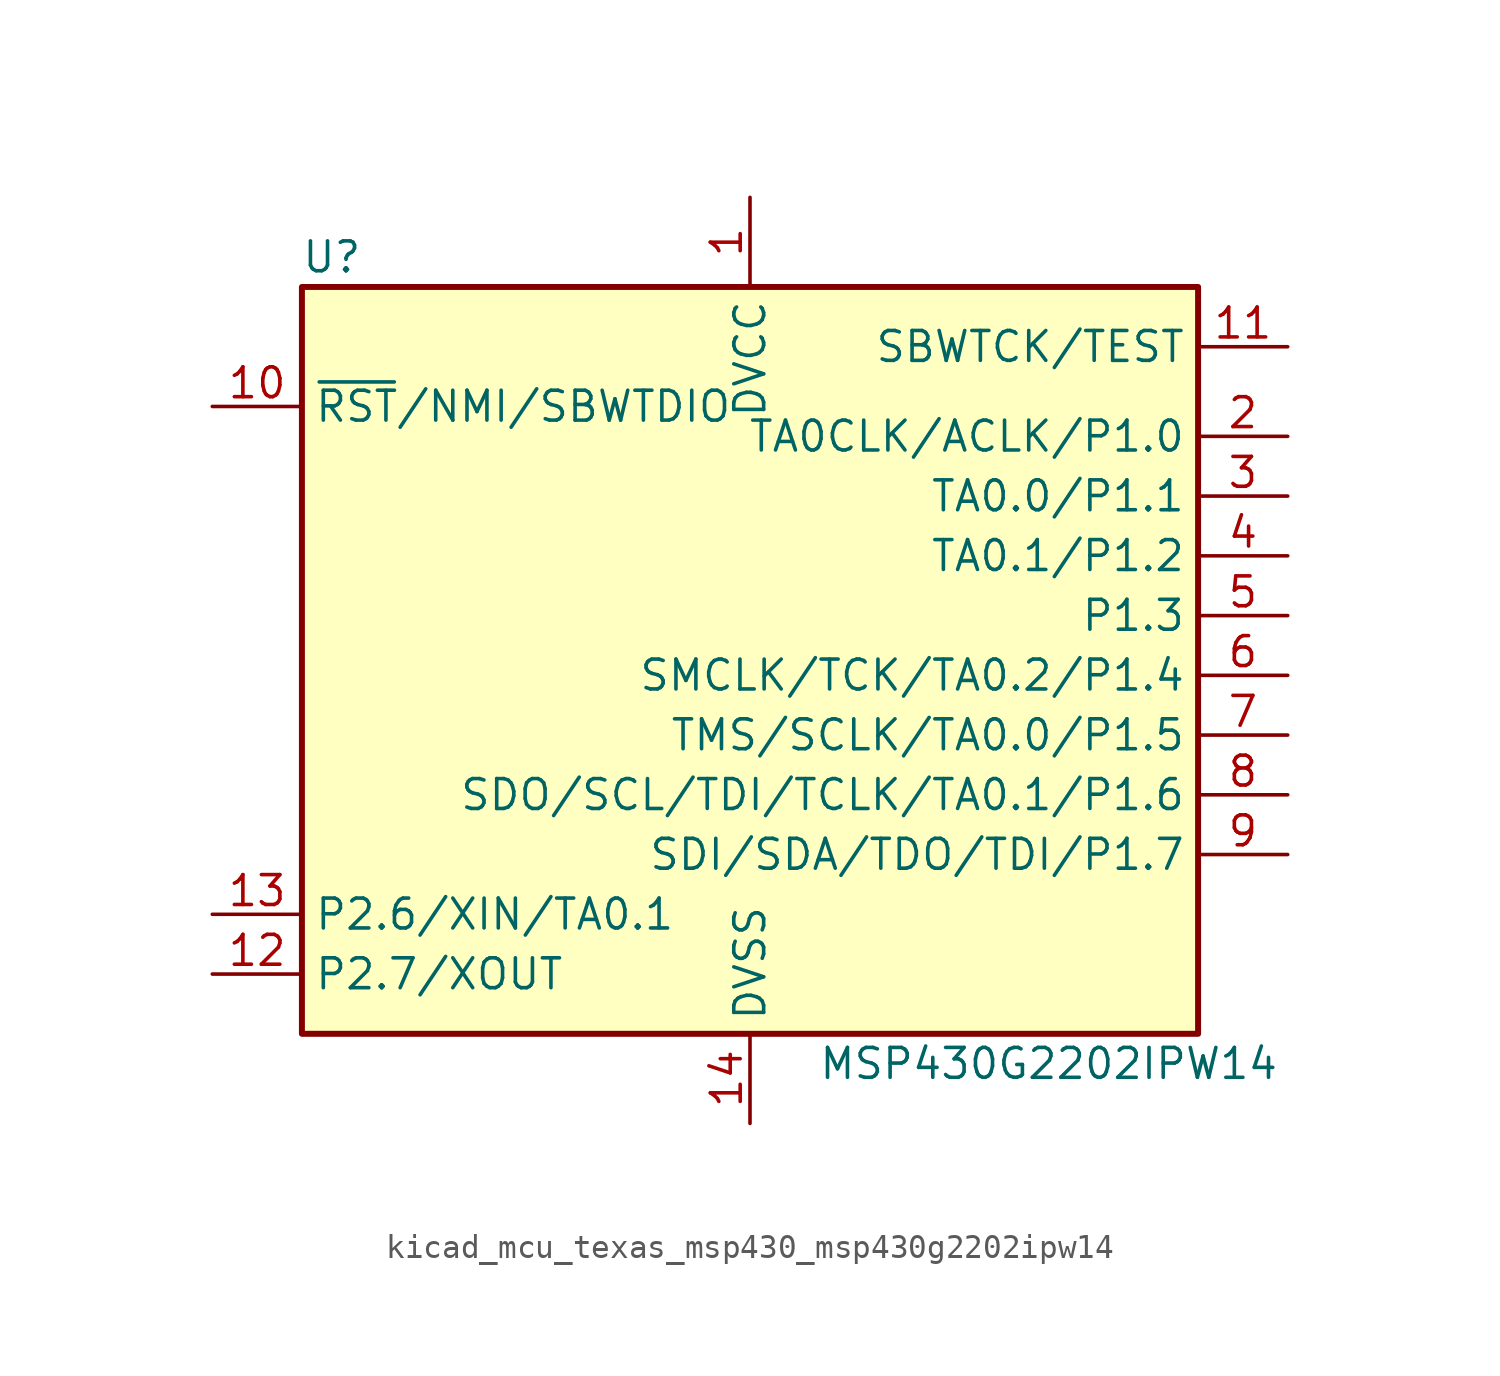
<source format=kicad_sym>
(kicad_symbol_lib
  (version 20220914)
  (generator kicad_symbol_editor)
  (symbol "kicad_mcu_texas_msp430_msp430g2202ipw14"
    (property "Reference" "U"
      (at -17.78 17.78 0)
      (effects (font (size 1.27 1.27))))
    (property "Value" "MSP430G2202IPW14"
      (at 12.7 -16.51 0)
      (effects (font (size 1.27 1.27))))
    (symbol "kicad_mcu_texas_msp430_msp430g2202ipw14_0_1"
      (rectangle (start -19.05 16.51) (end 19.05 -15.24) (stroke (width 0.254) (type default)) (fill (type background))))
    (symbol "kicad_mcu_texas_msp430_msp430g2202ipw14_1_1"
      (pin power_in line (at 0 20.32 270) (length 3.81) (name "DVCC" (effects (font (size 1.27 1.27)))) (number "1" (effects (font (size 1.27 1.27)))))
      (pin input line (at -22.86 11.43 0) (length 3.81) (name "~{RST}/NMI/SBWTDIO" (effects (font (size 1.27 1.27)))) (number "10" (effects (font (size 1.27 1.27)))))
      (pin input line (at 22.86 13.97 180) (length 3.81) (name "SBWTCK/TEST" (effects (font (size 1.27 1.27)))) (number "11" (effects (font (size 1.27 1.27)))))
      (pin bidirectional line (at -22.86 -12.7 0) (length 3.81) (name "P2.7/XOUT" (effects (font (size 1.27 1.27)))) (number "12" (effects (font (size 1.27 1.27)))))
      (pin bidirectional line (at -22.86 -10.16 0) (length 3.81) (name "P2.6/XIN/TA0.1" (effects (font (size 1.27 1.27)))) (number "13" (effects (font (size 1.27 1.27)))))
      (pin power_in line (at 0 -19.05 90) (length 3.81) (name "DVSS" (effects (font (size 1.27 1.27)))) (number "14" (effects (font (size 1.27 1.27)))))
      (pin bidirectional line (at 22.86 10.16 180) (length 3.81) (name "TA0CLK/ACLK/P1.0" (effects (font (size 1.27 1.27)))) (number "2" (effects (font (size 1.27 1.27)))))
      (pin bidirectional line (at 22.86 7.62 180) (length 3.81) (name "TA0.0/P1.1" (effects (font (size 1.27 1.27)))) (number "3" (effects (font (size 1.27 1.27)))))
      (pin bidirectional line (at 22.86 5.08 180) (length 3.81) (name "TA0.1/P1.2" (effects (font (size 1.27 1.27)))) (number "4" (effects (font (size 1.27 1.27)))))
      (pin bidirectional line (at 22.86 2.54 180) (length 3.81) (name "P1.3" (effects (font (size 1.27 1.27)))) (number "5" (effects (font (size 1.27 1.27)))))
      (pin bidirectional line (at 22.86 0 180) (length 3.81) (name "SMCLK/TCK/TA0.2/P1.4" (effects (font (size 1.27 1.27)))) (number "6" (effects (font (size 1.27 1.27)))))
      (pin bidirectional line (at 22.86 -2.54 180) (length 3.81) (name "TMS/SCLK/TA0.0/P1.5" (effects (font (size 1.27 1.27)))) (number "7" (effects (font (size 1.27 1.27)))))
      (pin bidirectional line (at 22.86 -5.08 180) (length 3.81) (name "SDO/SCL/TDI/TCLK/TA0.1/P1.6" (effects (font (size 1.27 1.27)))) (number "8" (effects (font (size 1.27 1.27)))))
      (pin bidirectional line (at 22.86 -7.62 180) (length 3.81) (name "SDI/SDA/TDO/TDI/P1.7" (effects (font (size 1.27 1.27)))) (number "9" (effects (font (size 1.27 1.27))))))))
</source>
